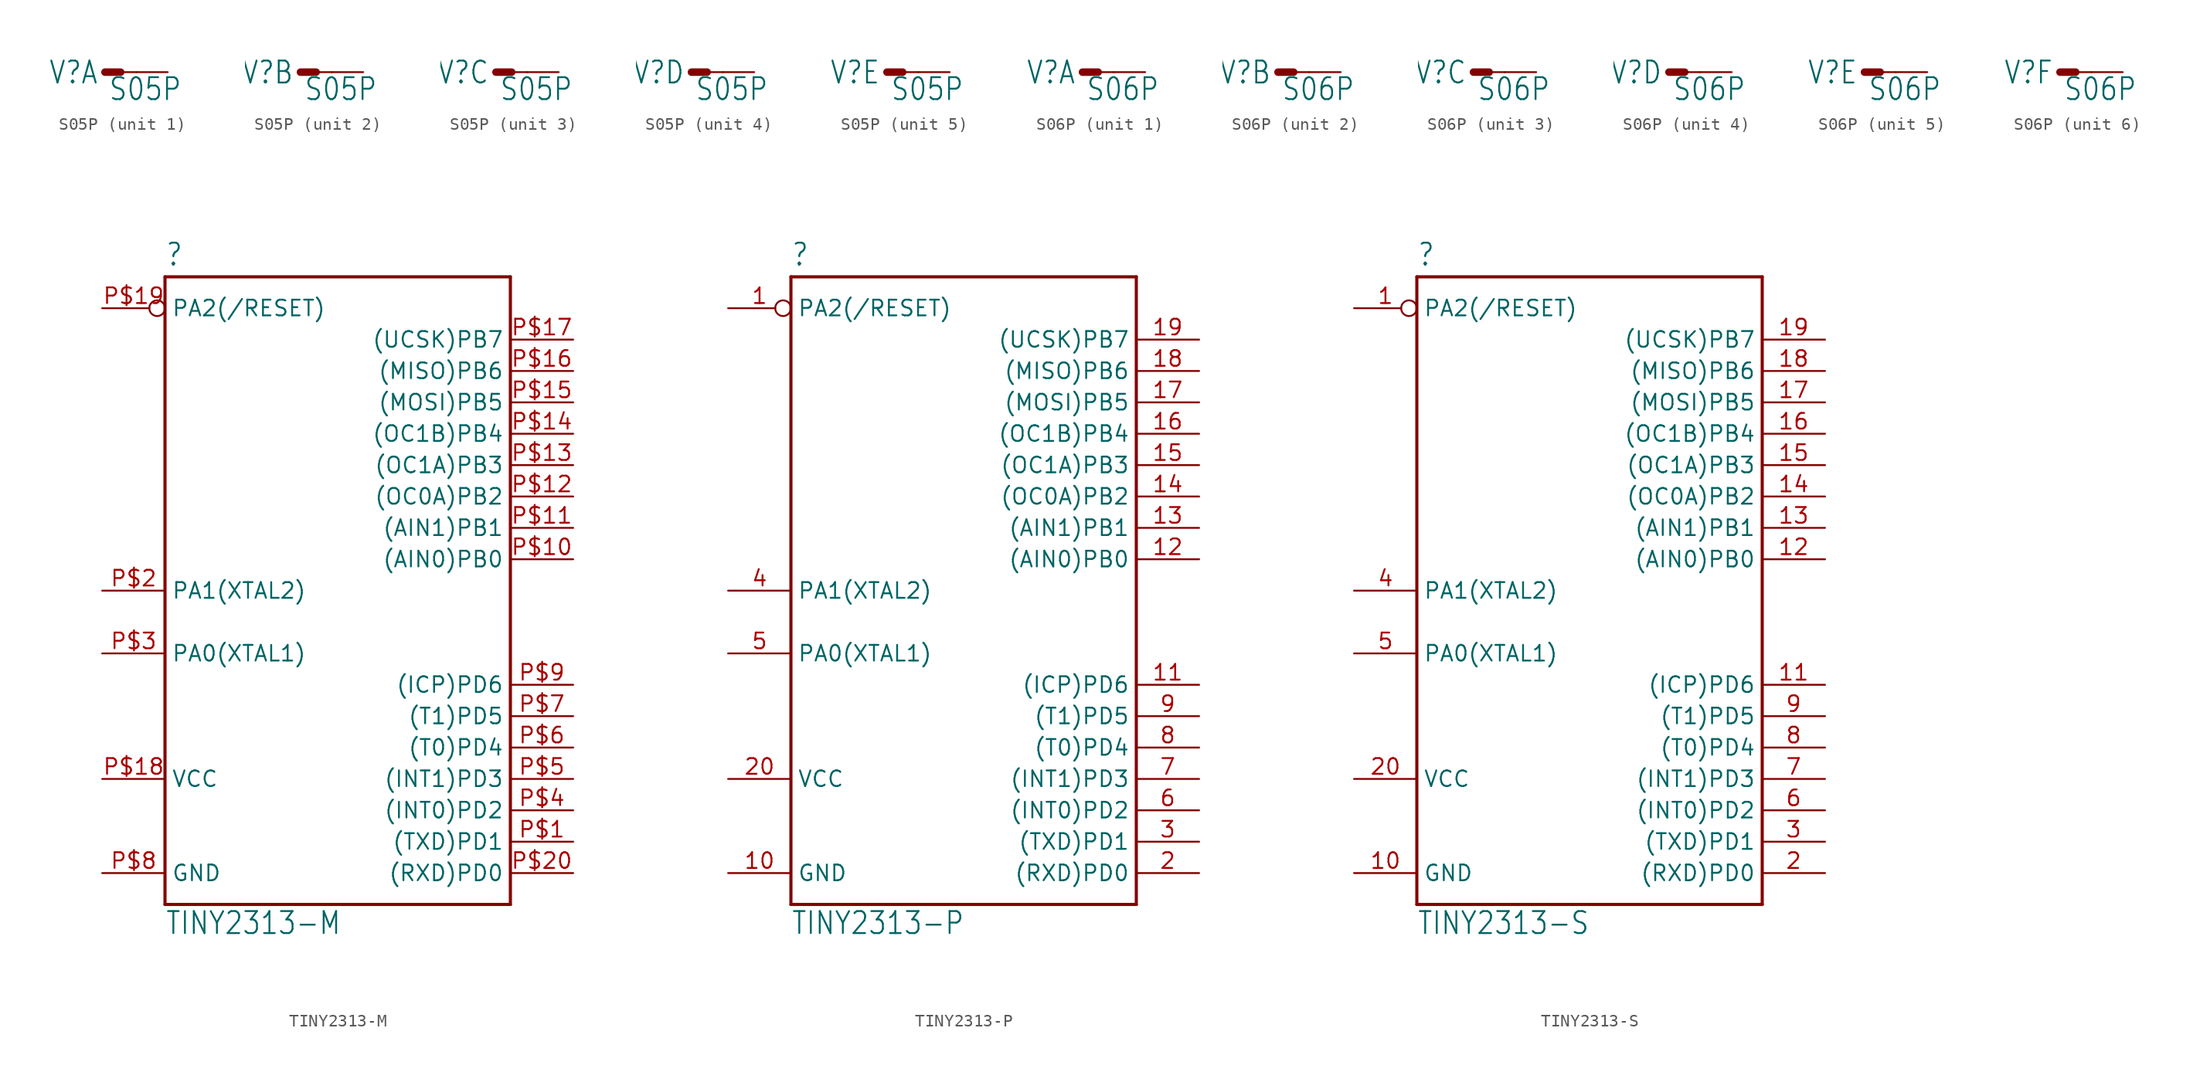
<source format=kicad_sym>
(kicad_symbol_lib
  (version 20211014)
  (generator kicad_symbol_editor)
  (symbol "S05P"
    (property "Reference" "SV"
      (at -0.508 1.016 0)
      (effects (font (size 1.778 1.511)) (justify right top)))
    (property "Value" "S05P"
      (at 0.254 -2.413 0)
      (effects (font (size 1.778 1.511)) (justify left bottom)))
    (property "ki_locked" ""
      (at 0 0 0)
      (effects (font (size 1.27 1.27))))
    (symbol "S05P_1_0"
      (polyline (pts (xy 0 0) (xy 1.27 0)) (stroke (width 0.61) (type default) (color 0 0 0 0)) (fill (type none)))
      (polyline (pts (xy 1.27 0) (xy 2.54 0)) (stroke (width 0.152) (type default) (color 0 0 0 0)) (fill (type none)))
      (pin passive line (at 5.08 0 180) (length 2.54) (name "S" (effects (font (size 0 0)))) (number "1" (effects (font (size 0 0))))))
    (symbol "S05P_2_0"
      (polyline (pts (xy 0 0) (xy 1.27 0)) (stroke (width 0.61) (type default) (color 0 0 0 0)) (fill (type none)))
      (polyline (pts (xy 1.27 0) (xy 2.54 0)) (stroke (width 0.152) (type default) (color 0 0 0 0)) (fill (type none)))
      (pin passive line (at 5.08 0 180) (length 2.54) (name "S" (effects (font (size 0 0)))) (number "2" (effects (font (size 0 0))))))
    (symbol "S05P_3_0"
      (polyline (pts (xy 0 0) (xy 1.27 0)) (stroke (width 0.61) (type default) (color 0 0 0 0)) (fill (type none)))
      (polyline (pts (xy 1.27 0) (xy 2.54 0)) (stroke (width 0.152) (type default) (color 0 0 0 0)) (fill (type none)))
      (pin passive line (at 5.08 0 180) (length 2.54) (name "S" (effects (font (size 0 0)))) (number "3" (effects (font (size 0 0))))))
    (symbol "S05P_4_0"
      (polyline (pts (xy 0 0) (xy 1.27 0)) (stroke (width 0.61) (type default) (color 0 0 0 0)) (fill (type none)))
      (polyline (pts (xy 1.27 0) (xy 2.54 0)) (stroke (width 0.152) (type default) (color 0 0 0 0)) (fill (type none)))
      (pin passive line (at 5.08 0 180) (length 2.54) (name "S" (effects (font (size 0 0)))) (number "4" (effects (font (size 0 0))))))
    (symbol "S05P_5_0"
      (polyline (pts (xy 0 0) (xy 1.27 0)) (stroke (width 0.61) (type default) (color 0 0 0 0)) (fill (type none)))
      (polyline (pts (xy 1.27 0) (xy 2.54 0)) (stroke (width 0.152) (type default) (color 0 0 0 0)) (fill (type none)))
      (pin passive line (at 5.08 0 180) (length 2.54) (name "S" (effects (font (size 0 0)))) (number "5" (effects (font (size 0 0)))))))
  (symbol "S06P"
    (property "Reference" "SV"
      (at -0.508 1.016 0)
      (effects (font (size 1.778 1.511)) (justify right top)))
    (property "Value" "S06P"
      (at 0.254 -2.413 0)
      (effects (font (size 1.778 1.511)) (justify left bottom)))
    (property "ki_locked" ""
      (at 0 0 0)
      (effects (font (size 1.27 1.27))))
    (symbol "S06P_1_0"
      (polyline (pts (xy 0 0) (xy 1.27 0)) (stroke (width 0.61) (type default) (color 0 0 0 0)) (fill (type none)))
      (polyline (pts (xy 1.27 0) (xy 2.54 0)) (stroke (width 0.152) (type default) (color 0 0 0 0)) (fill (type none)))
      (pin passive line (at 5.08 0 180) (length 2.54) (name "S" (effects (font (size 0 0)))) (number "1" (effects (font (size 0 0))))))
    (symbol "S06P_2_0"
      (polyline (pts (xy 0 0) (xy 1.27 0)) (stroke (width 0.61) (type default) (color 0 0 0 0)) (fill (type none)))
      (polyline (pts (xy 1.27 0) (xy 2.54 0)) (stroke (width 0.152) (type default) (color 0 0 0 0)) (fill (type none)))
      (pin passive line (at 5.08 0 180) (length 2.54) (name "S" (effects (font (size 0 0)))) (number "2" (effects (font (size 0 0))))))
    (symbol "S06P_3_0"
      (polyline (pts (xy 0 0) (xy 1.27 0)) (stroke (width 0.61) (type default) (color 0 0 0 0)) (fill (type none)))
      (polyline (pts (xy 1.27 0) (xy 2.54 0)) (stroke (width 0.152) (type default) (color 0 0 0 0)) (fill (type none)))
      (pin passive line (at 5.08 0 180) (length 2.54) (name "S" (effects (font (size 0 0)))) (number "3" (effects (font (size 0 0))))))
    (symbol "S06P_4_0"
      (polyline (pts (xy 0 0) (xy 1.27 0)) (stroke (width 0.61) (type default) (color 0 0 0 0)) (fill (type none)))
      (polyline (pts (xy 1.27 0) (xy 2.54 0)) (stroke (width 0.152) (type default) (color 0 0 0 0)) (fill (type none)))
      (pin passive line (at 5.08 0 180) (length 2.54) (name "S" (effects (font (size 0 0)))) (number "4" (effects (font (size 0 0))))))
    (symbol "S06P_5_0"
      (polyline (pts (xy 0 0) (xy 1.27 0)) (stroke (width 0.61) (type default) (color 0 0 0 0)) (fill (type none)))
      (polyline (pts (xy 1.27 0) (xy 2.54 0)) (stroke (width 0.152) (type default) (color 0 0 0 0)) (fill (type none)))
      (pin passive line (at 5.08 0 180) (length 2.54) (name "S" (effects (font (size 0 0)))) (number "5" (effects (font (size 0 0))))))
    (symbol "S06P_6_0"
      (polyline (pts (xy 0 0) (xy 1.27 0)) (stroke (width 0.61) (type default) (color 0 0 0 0)) (fill (type none)))
      (polyline (pts (xy 1.27 0) (xy 2.54 0)) (stroke (width 0.152) (type default) (color 0 0 0 0)) (fill (type none)))
      (pin passive line (at 5.08 0 180) (length 2.54) (name "S" (effects (font (size 0 0)))) (number "6" (effects (font (size 0 0)))))))
  (symbol "TINY2313-M"
    (property "Reference" ""
      (at -15.24 21.082 0)
      (effects (font (size 1.778 1.511)) (justify left bottom)))
    (property "Value" "TINY2313-M"
      (at -15.24 -33.02 0)
      (effects (font (size 1.778 1.511)) (justify left bottom)))
    (property "ki_locked" ""
      (at 0 0 0)
      (effects (font (size 1.27 1.27))))
    (symbol "TINY2313-M_1_0"
      (polyline (pts (xy -15.24 -30.48) (xy -15.24 20.32)) (stroke (width 0.254) (type default) (color 0 0 0 0)) (fill (type none)))
      (polyline (pts (xy -15.24 20.32) (xy 12.7 20.32)) (stroke (width 0.254) (type default) (color 0 0 0 0)) (fill (type none)))
      (polyline (pts (xy 12.7 -30.48) (xy -15.24 -30.48)) (stroke (width 0.254) (type default) (color 0 0 0 0)) (fill (type none)))
      (polyline (pts (xy 12.7 20.32) (xy 12.7 -30.48)) (stroke (width 0.254) (type default) (color 0 0 0 0)) (fill (type none)))
      (pin bidirectional line (at 17.78 -25.4 180) (length 5.08) (name "(TXD)PD1" (effects (font (size 1.27 1.27)))) (number "P$1" (effects (font (size 1.27 1.27)))))
      (pin bidirectional line (at 17.78 -2.54 180) (length 5.08) (name "(AIN0)PB0" (effects (font (size 1.27 1.27)))) (number "P$10" (effects (font (size 1.27 1.27)))))
      (pin bidirectional line (at 17.78 0 180) (length 5.08) (name "(AIN1)PB1" (effects (font (size 1.27 1.27)))) (number "P$11" (effects (font (size 1.27 1.27)))))
      (pin bidirectional line (at 17.78 2.54 180) (length 5.08) (name "(OC0A)PB2" (effects (font (size 1.27 1.27)))) (number "P$12" (effects (font (size 1.27 1.27)))))
      (pin bidirectional line (at 17.78 5.08 180) (length 5.08) (name "(OC1A)PB3" (effects (font (size 1.27 1.27)))) (number "P$13" (effects (font (size 1.27 1.27)))))
      (pin bidirectional line (at 17.78 7.62 180) (length 5.08) (name "(OC1B)PB4" (effects (font (size 1.27 1.27)))) (number "P$14" (effects (font (size 1.27 1.27)))))
      (pin bidirectional line (at 17.78 10.16 180) (length 5.08) (name "(MOSI)PB5" (effects (font (size 1.27 1.27)))) (number "P$15" (effects (font (size 1.27 1.27)))))
      (pin bidirectional line (at 17.78 12.7 180) (length 5.08) (name "(MISO)PB6" (effects (font (size 1.27 1.27)))) (number "P$16" (effects (font (size 1.27 1.27)))))
      (pin bidirectional line (at 17.78 15.24 180) (length 5.08) (name "(UCSK)PB7" (effects (font (size 1.27 1.27)))) (number "P$17" (effects (font (size 1.27 1.27)))))
      (pin power_in line (at -20.32 -20.32 0) (length 5.08) (name "VCC" (effects (font (size 1.27 1.27)))) (number "P$18" (effects (font (size 1.27 1.27)))))
      (pin input inverted (at -20.32 17.78 0) (length 5.08) (name "PA2(/RESET)" (effects (font (size 1.27 1.27)))) (number "P$19" (effects (font (size 1.27 1.27)))))
      (pin bidirectional line (at -20.32 -5.08 0) (length 5.08) (name "PA1(XTAL2)" (effects (font (size 1.27 1.27)))) (number "P$2" (effects (font (size 1.27 1.27)))))
      (pin bidirectional line (at 17.78 -27.94 180) (length 5.08) (name "(RXD)PD0" (effects (font (size 1.27 1.27)))) (number "P$20" (effects (font (size 1.27 1.27)))))
      (pin bidirectional line (at -20.32 -10.16 0) (length 5.08) (name "PA0(XTAL1)" (effects (font (size 1.27 1.27)))) (number "P$3" (effects (font (size 1.27 1.27)))))
      (pin bidirectional line (at 17.78 -22.86 180) (length 5.08) (name "(INT0)PD2" (effects (font (size 1.27 1.27)))) (number "P$4" (effects (font (size 1.27 1.27)))))
      (pin bidirectional line (at 17.78 -20.32 180) (length 5.08) (name "(INT1)PD3" (effects (font (size 1.27 1.27)))) (number "P$5" (effects (font (size 1.27 1.27)))))
      (pin bidirectional line (at 17.78 -17.78 180) (length 5.08) (name "(T0)PD4" (effects (font (size 1.27 1.27)))) (number "P$6" (effects (font (size 1.27 1.27)))))
      (pin bidirectional line (at 17.78 -15.24 180) (length 5.08) (name "(T1)PD5" (effects (font (size 1.27 1.27)))) (number "P$7" (effects (font (size 1.27 1.27)))))
      (pin power_in line (at -20.32 -27.94 0) (length 5.08) (name "GND" (effects (font (size 1.27 1.27)))) (number "P$8" (effects (font (size 1.27 1.27)))))
      (pin bidirectional line (at 17.78 -12.7 180) (length 5.08) (name "(ICP)PD6" (effects (font (size 1.27 1.27)))) (number "P$9" (effects (font (size 1.27 1.27)))))))
  (symbol "TINY2313-P"
    (property "Reference" ""
      (at -15.24 21.082 0)
      (effects (font (size 1.778 1.511)) (justify left bottom)))
    (property "Value" "TINY2313-P"
      (at -15.24 -33.02 0)
      (effects (font (size 1.778 1.511)) (justify left bottom)))
    (property "ki_locked" ""
      (at 0 0 0)
      (effects (font (size 1.27 1.27))))
    (symbol "TINY2313-P_1_0"
      (polyline (pts (xy -15.24 -30.48) (xy -15.24 20.32)) (stroke (width 0.254) (type default) (color 0 0 0 0)) (fill (type none)))
      (polyline (pts (xy -15.24 20.32) (xy 12.7 20.32)) (stroke (width 0.254) (type default) (color 0 0 0 0)) (fill (type none)))
      (polyline (pts (xy 12.7 -30.48) (xy -15.24 -30.48)) (stroke (width 0.254) (type default) (color 0 0 0 0)) (fill (type none)))
      (polyline (pts (xy 12.7 20.32) (xy 12.7 -30.48)) (stroke (width 0.254) (type default) (color 0 0 0 0)) (fill (type none)))
      (pin input inverted (at -20.32 17.78 0) (length 5.08) (name "PA2(/RESET)" (effects (font (size 1.27 1.27)))) (number "1" (effects (font (size 1.27 1.27)))))
      (pin power_in line (at -20.32 -27.94 0) (length 5.08) (name "GND" (effects (font (size 1.27 1.27)))) (number "10" (effects (font (size 1.27 1.27)))))
      (pin bidirectional line (at 17.78 -12.7 180) (length 5.08) (name "(ICP)PD6" (effects (font (size 1.27 1.27)))) (number "11" (effects (font (size 1.27 1.27)))))
      (pin bidirectional line (at 17.78 -2.54 180) (length 5.08) (name "(AIN0)PB0" (effects (font (size 1.27 1.27)))) (number "12" (effects (font (size 1.27 1.27)))))
      (pin bidirectional line (at 17.78 0 180) (length 5.08) (name "(AIN1)PB1" (effects (font (size 1.27 1.27)))) (number "13" (effects (font (size 1.27 1.27)))))
      (pin bidirectional line (at 17.78 2.54 180) (length 5.08) (name "(OC0A)PB2" (effects (font (size 1.27 1.27)))) (number "14" (effects (font (size 1.27 1.27)))))
      (pin bidirectional line (at 17.78 5.08 180) (length 5.08) (name "(OC1A)PB3" (effects (font (size 1.27 1.27)))) (number "15" (effects (font (size 1.27 1.27)))))
      (pin bidirectional line (at 17.78 7.62 180) (length 5.08) (name "(OC1B)PB4" (effects (font (size 1.27 1.27)))) (number "16" (effects (font (size 1.27 1.27)))))
      (pin bidirectional line (at 17.78 10.16 180) (length 5.08) (name "(MOSI)PB5" (effects (font (size 1.27 1.27)))) (number "17" (effects (font (size 1.27 1.27)))))
      (pin bidirectional line (at 17.78 12.7 180) (length 5.08) (name "(MISO)PB6" (effects (font (size 1.27 1.27)))) (number "18" (effects (font (size 1.27 1.27)))))
      (pin bidirectional line (at 17.78 15.24 180) (length 5.08) (name "(UCSK)PB7" (effects (font (size 1.27 1.27)))) (number "19" (effects (font (size 1.27 1.27)))))
      (pin bidirectional line (at 17.78 -27.94 180) (length 5.08) (name "(RXD)PD0" (effects (font (size 1.27 1.27)))) (number "2" (effects (font (size 1.27 1.27)))))
      (pin power_in line (at -20.32 -20.32 0) (length 5.08) (name "VCC" (effects (font (size 1.27 1.27)))) (number "20" (effects (font (size 1.27 1.27)))))
      (pin bidirectional line (at 17.78 -25.4 180) (length 5.08) (name "(TXD)PD1" (effects (font (size 1.27 1.27)))) (number "3" (effects (font (size 1.27 1.27)))))
      (pin bidirectional line (at -20.32 -5.08 0) (length 5.08) (name "PA1(XTAL2)" (effects (font (size 1.27 1.27)))) (number "4" (effects (font (size 1.27 1.27)))))
      (pin bidirectional line (at -20.32 -10.16 0) (length 5.08) (name "PA0(XTAL1)" (effects (font (size 1.27 1.27)))) (number "5" (effects (font (size 1.27 1.27)))))
      (pin bidirectional line (at 17.78 -22.86 180) (length 5.08) (name "(INT0)PD2" (effects (font (size 1.27 1.27)))) (number "6" (effects (font (size 1.27 1.27)))))
      (pin bidirectional line (at 17.78 -20.32 180) (length 5.08) (name "(INT1)PD3" (effects (font (size 1.27 1.27)))) (number "7" (effects (font (size 1.27 1.27)))))
      (pin bidirectional line (at 17.78 -17.78 180) (length 5.08) (name "(T0)PD4" (effects (font (size 1.27 1.27)))) (number "8" (effects (font (size 1.27 1.27)))))
      (pin bidirectional line (at 17.78 -15.24 180) (length 5.08) (name "(T1)PD5" (effects (font (size 1.27 1.27)))) (number "9" (effects (font (size 1.27 1.27)))))))
  (symbol "TINY2313-S"
    (property "Reference" ""
      (at -15.24 21.082 0)
      (effects (font (size 1.778 1.511)) (justify left bottom)))
    (property "Value" "TINY2313-S"
      (at -15.24 -33.02 0)
      (effects (font (size 1.778 1.511)) (justify left bottom)))
    (property "ki_locked" ""
      (at 0 0 0)
      (effects (font (size 1.27 1.27))))
    (symbol "TINY2313-S_1_0"
      (polyline (pts (xy -15.24 -30.48) (xy -15.24 20.32)) (stroke (width 0.254) (type default) (color 0 0 0 0)) (fill (type none)))
      (polyline (pts (xy -15.24 20.32) (xy 12.7 20.32)) (stroke (width 0.254) (type default) (color 0 0 0 0)) (fill (type none)))
      (polyline (pts (xy 12.7 -30.48) (xy -15.24 -30.48)) (stroke (width 0.254) (type default) (color 0 0 0 0)) (fill (type none)))
      (polyline (pts (xy 12.7 20.32) (xy 12.7 -30.48)) (stroke (width 0.254) (type default) (color 0 0 0 0)) (fill (type none)))
      (pin input inverted (at -20.32 17.78 0) (length 5.08) (name "PA2(/RESET)" (effects (font (size 1.27 1.27)))) (number "1" (effects (font (size 1.27 1.27)))))
      (pin power_in line (at -20.32 -27.94 0) (length 5.08) (name "GND" (effects (font (size 1.27 1.27)))) (number "10" (effects (font (size 1.27 1.27)))))
      (pin bidirectional line (at 17.78 -12.7 180) (length 5.08) (name "(ICP)PD6" (effects (font (size 1.27 1.27)))) (number "11" (effects (font (size 1.27 1.27)))))
      (pin bidirectional line (at 17.78 -2.54 180) (length 5.08) (name "(AIN0)PB0" (effects (font (size 1.27 1.27)))) (number "12" (effects (font (size 1.27 1.27)))))
      (pin bidirectional line (at 17.78 0 180) (length 5.08) (name "(AIN1)PB1" (effects (font (size 1.27 1.27)))) (number "13" (effects (font (size 1.27 1.27)))))
      (pin bidirectional line (at 17.78 2.54 180) (length 5.08) (name "(OC0A)PB2" (effects (font (size 1.27 1.27)))) (number "14" (effects (font (size 1.27 1.27)))))
      (pin bidirectional line (at 17.78 5.08 180) (length 5.08) (name "(OC1A)PB3" (effects (font (size 1.27 1.27)))) (number "15" (effects (font (size 1.27 1.27)))))
      (pin bidirectional line (at 17.78 7.62 180) (length 5.08) (name "(OC1B)PB4" (effects (font (size 1.27 1.27)))) (number "16" (effects (font (size 1.27 1.27)))))
      (pin bidirectional line (at 17.78 10.16 180) (length 5.08) (name "(MOSI)PB5" (effects (font (size 1.27 1.27)))) (number "17" (effects (font (size 1.27 1.27)))))
      (pin bidirectional line (at 17.78 12.7 180) (length 5.08) (name "(MISO)PB6" (effects (font (size 1.27 1.27)))) (number "18" (effects (font (size 1.27 1.27)))))
      (pin bidirectional line (at 17.78 15.24 180) (length 5.08) (name "(UCSK)PB7" (effects (font (size 1.27 1.27)))) (number "19" (effects (font (size 1.27 1.27)))))
      (pin bidirectional line (at 17.78 -27.94 180) (length 5.08) (name "(RXD)PD0" (effects (font (size 1.27 1.27)))) (number "2" (effects (font (size 1.27 1.27)))))
      (pin power_in line (at -20.32 -20.32 0) (length 5.08) (name "VCC" (effects (font (size 1.27 1.27)))) (number "20" (effects (font (size 1.27 1.27)))))
      (pin bidirectional line (at 17.78 -25.4 180) (length 5.08) (name "(TXD)PD1" (effects (font (size 1.27 1.27)))) (number "3" (effects (font (size 1.27 1.27)))))
      (pin bidirectional line (at -20.32 -5.08 0) (length 5.08) (name "PA1(XTAL2)" (effects (font (size 1.27 1.27)))) (number "4" (effects (font (size 1.27 1.27)))))
      (pin bidirectional line (at -20.32 -10.16 0) (length 5.08) (name "PA0(XTAL1)" (effects (font (size 1.27 1.27)))) (number "5" (effects (font (size 1.27 1.27)))))
      (pin bidirectional line (at 17.78 -22.86 180) (length 5.08) (name "(INT0)PD2" (effects (font (size 1.27 1.27)))) (number "6" (effects (font (size 1.27 1.27)))))
      (pin bidirectional line (at 17.78 -20.32 180) (length 5.08) (name "(INT1)PD3" (effects (font (size 1.27 1.27)))) (number "7" (effects (font (size 1.27 1.27)))))
      (pin bidirectional line (at 17.78 -17.78 180) (length 5.08) (name "(T0)PD4" (effects (font (size 1.27 1.27)))) (number "8" (effects (font (size 1.27 1.27)))))
      (pin bidirectional line (at 17.78 -15.24 180) (length 5.08) (name "(T1)PD5" (effects (font (size 1.27 1.27)))) (number "9" (effects (font (size 1.27 1.27))))))))
</source>
